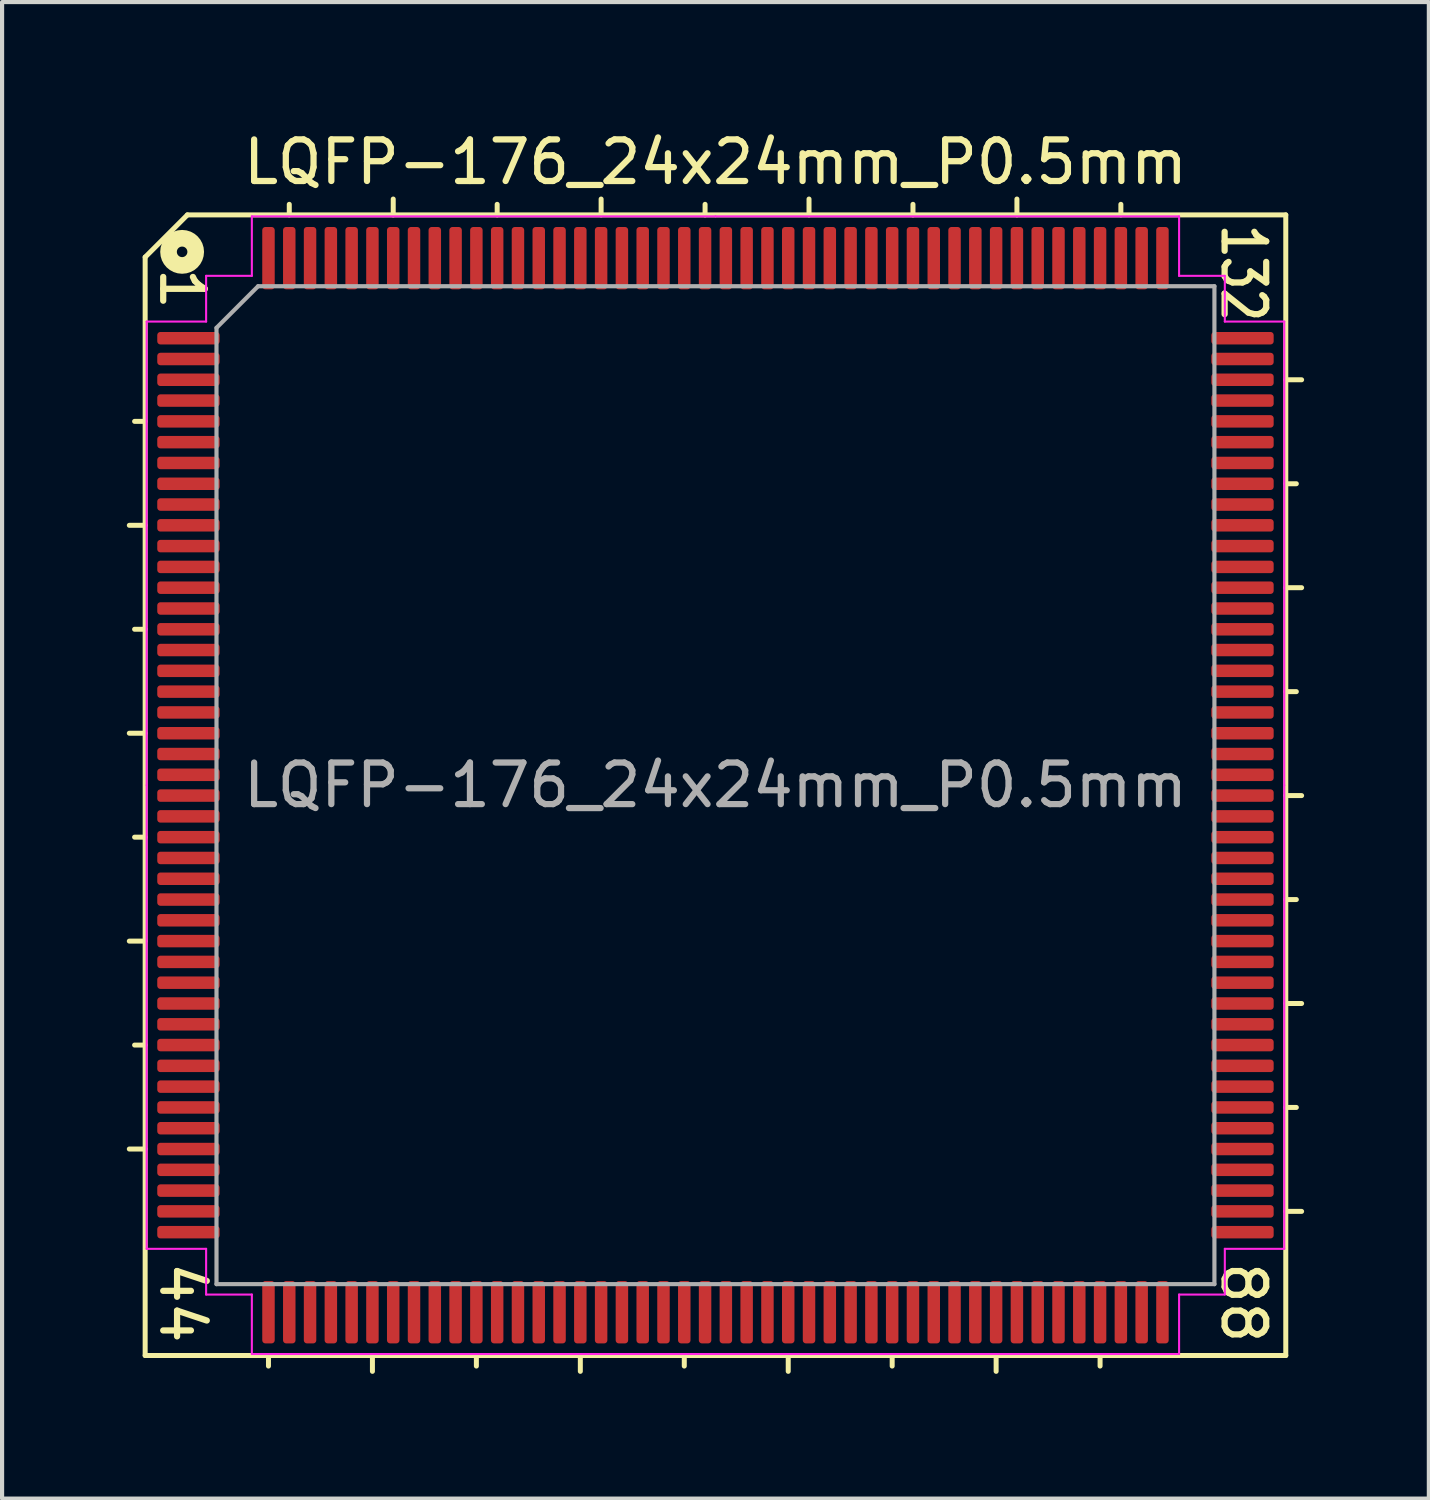
<source format=kicad_pcb>
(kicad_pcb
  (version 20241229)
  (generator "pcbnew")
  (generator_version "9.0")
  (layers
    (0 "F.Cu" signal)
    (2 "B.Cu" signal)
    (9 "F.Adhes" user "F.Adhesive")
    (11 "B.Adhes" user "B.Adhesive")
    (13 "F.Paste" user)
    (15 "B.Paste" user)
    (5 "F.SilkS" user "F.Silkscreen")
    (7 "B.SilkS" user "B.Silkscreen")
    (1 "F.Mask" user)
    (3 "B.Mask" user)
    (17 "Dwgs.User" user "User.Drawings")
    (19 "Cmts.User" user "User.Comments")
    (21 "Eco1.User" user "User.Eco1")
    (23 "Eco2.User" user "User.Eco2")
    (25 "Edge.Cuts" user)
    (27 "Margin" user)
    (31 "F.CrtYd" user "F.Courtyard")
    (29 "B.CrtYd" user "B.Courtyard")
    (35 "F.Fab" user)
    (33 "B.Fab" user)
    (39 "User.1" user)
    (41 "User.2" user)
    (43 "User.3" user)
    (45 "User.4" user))
  (footprint "LQFP-176_24x24mm_P0.5mm"
    (layer "F.Cu")
    (at 14.157 15.834)
    (property "Reference" "LQFP-176_24x24mm_P0.5mm" (at 0 -14.986 0) (layer "F.SilkS") (effects (font (size 1 1) (thickness 0.15))))
    (attr smd)
    (fp_line (start -13.716 -12.7) (end -13.716 13.716) (stroke (width 0.12) (type solid)) (layer "F.SilkS"))
    (fp_line (start -13.716 -8.75) (end -13.97 -8.75) (stroke (width 0.12) (type solid)) (layer "F.SilkS"))
    (fp_line (start -13.716 -6.25) (end -14.097 -6.25) (stroke (width 0.12) (type solid)) (layer "F.SilkS"))
    (fp_line (start -13.716 -3.75) (end -13.97 -3.75) (stroke (width 0.12) (type solid)) (layer "F.SilkS"))
    (fp_line (start -13.716 -1.25) (end -14.097 -1.25) (stroke (width 0.12) (type solid)) (layer "F.SilkS"))
    (fp_line (start -13.716 1.25) (end -13.97 1.25) (stroke (width 0.12) (type solid)) (layer "F.SilkS"))
    (fp_line (start -13.716 3.75) (end -14.097 3.75) (stroke (width 0.12) (type solid)) (layer "F.SilkS"))
    (fp_line (start -13.716 6.25) (end -13.97 6.25) (stroke (width 0.12) (type solid)) (layer "F.SilkS"))
    (fp_line (start -13.716 8.75) (end -14.097 8.75) (stroke (width 0.12) (type solid)) (layer "F.SilkS"))
    (fp_line (start -13.716 13.716) (end 13.716 13.716) (stroke (width 0.12) (type solid)) (layer "F.SilkS"))
    (fp_line (start -12.7 -13.716) (end -13.716 -12.7) (stroke (width 0.12) (type solid)) (layer "F.SilkS"))
    (fp_line (start -10.75 13.716) (end -10.75 13.97) (stroke (width 0.12) (type solid)) (layer "F.SilkS"))
    (fp_line (start -10.25 -13.716) (end -10.25 -13.97) (stroke (width 0.12) (type solid)) (layer "F.SilkS"))
    (fp_line (start -8.25 13.716) (end -8.25 14.097) (stroke (width 0.12) (type solid)) (layer "F.SilkS"))
    (fp_line (start -7.75 -13.716) (end -7.75 -14.097) (stroke (width 0.12) (type solid)) (layer "F.SilkS"))
    (fp_line (start -5.75 13.716) (end -5.75 13.97) (stroke (width 0.12) (type solid)) (layer "F.SilkS"))
    (fp_line (start -5.25 -13.716) (end -5.25 -13.97) (stroke (width 0.12) (type solid)) (layer "F.SilkS"))
    (fp_line (start -3.25 13.716) (end -3.25 14.097) (stroke (width 0.12) (type solid)) (layer "F.SilkS"))
    (fp_line (start -2.75 -13.716) (end -2.75 -14.097) (stroke (width 0.12) (type solid)) (layer "F.SilkS"))
    (fp_line (start -0.75 13.716) (end -0.75 13.97) (stroke (width 0.12) (type solid)) (layer "F.SilkS"))
    (fp_line (start -0.25 -13.716) (end -0.25 -13.97) (stroke (width 0.12) (type solid)) (layer "F.SilkS"))
    (fp_line (start 1.75 13.716) (end 1.75 14.097) (stroke (width 0.12) (type solid)) (layer "F.SilkS"))
    (fp_line (start 2.25 -13.716) (end 2.25 -14.097) (stroke (width 0.12) (type solid)) (layer "F.SilkS"))
    (fp_line (start 4.25 13.716) (end 4.25 13.97) (stroke (width 0.12) (type solid)) (layer "F.SilkS"))
    (fp_line (start 4.75 -13.716) (end 4.75 -13.97) (stroke (width 0.12) (type solid)) (layer "F.SilkS"))
    (fp_line (start 6.75 13.716) (end 6.75 14.097) (stroke (width 0.12) (type solid)) (layer "F.SilkS"))
    (fp_line (start 7.25 -13.716) (end 7.25 -14.097) (stroke (width 0.12) (type solid)) (layer "F.SilkS"))
    (fp_line (start 9.25 13.716) (end 9.25 13.97) (stroke (width 0.12) (type solid)) (layer "F.SilkS"))
    (fp_line (start 9.75 -13.716) (end 9.75 -13.97) (stroke (width 0.12) (type solid)) (layer "F.SilkS"))
    (fp_line (start 13.716 -13.716) (end -12.7 -13.716) (stroke (width 0.12) (type solid)) (layer "F.SilkS"))
    (fp_line (start 13.716 -9.75) (end 14.097 -9.75) (stroke (width 0.12) (type solid)) (layer "F.SilkS"))
    (fp_line (start 13.716 -7.25) (end 13.97 -7.25) (stroke (width 0.12) (type solid)) (layer "F.SilkS"))
    (fp_line (start 13.716 -4.75) (end 14.097 -4.75) (stroke (width 0.12) (type solid)) (layer "F.SilkS"))
    (fp_line (start 13.716 -2.25) (end 13.97 -2.25) (stroke (width 0.12) (type solid)) (layer "F.SilkS"))
    (fp_line (start 13.716 0.25) (end 14.097 0.25) (stroke (width 0.12) (type solid)) (layer "F.SilkS"))
    (fp_line (start 13.716 2.75) (end 13.97 2.75) (stroke (width 0.12) (type solid)) (layer "F.SilkS"))
    (fp_line (start 13.716 5.25) (end 14.097 5.25) (stroke (width 0.12) (type solid)) (layer "F.SilkS"))
    (fp_line (start 13.716 7.75) (end 13.97 7.75) (stroke (width 0.12) (type solid)) (layer "F.SilkS"))
    (fp_line (start 13.716 10.25) (end 14.097 10.25) (stroke (width 0.12) (type solid)) (layer "F.SilkS"))
    (fp_line (start 13.716 13.716) (end 13.716 -13.716) (stroke (width 0.12) (type solid)) (layer "F.SilkS"))
    (fp_circle (center -12.827 -12.827) (end -12.7 -12.827) (stroke (width 0.4) (type solid)) (fill no) (layer "F.SilkS"))
    (fp_line (start -13.68 -11.15) (end -13.68 0) (stroke (width 0.05) (type solid)) (layer "F.CrtYd"))
    (fp_line (start -13.68 11.15) (end -13.68 0) (stroke (width 0.05) (type solid)) (layer "F.CrtYd"))
    (fp_line (start -12.25 -12.25) (end -12.25 -11.15) (stroke (width 0.05) (type solid)) (layer "F.CrtYd"))
    (fp_line (start -12.25 -11.15) (end -13.68 -11.15) (stroke (width 0.05) (type solid)) (layer "F.CrtYd"))
    (fp_line (start -12.25 11.15) (end -13.68 11.15) (stroke (width 0.05) (type solid)) (layer "F.CrtYd"))
    (fp_line (start -12.25 12.25) (end -12.25 11.15) (stroke (width 0.05) (type solid)) (layer "F.CrtYd"))
    (fp_line (start -11.15 -13.68) (end -11.15 -12.25) (stroke (width 0.05) (type solid)) (layer "F.CrtYd"))
    (fp_line (start -11.15 -12.25) (end -12.25 -12.25) (stroke (width 0.05) (type solid)) (layer "F.CrtYd"))
    (fp_line (start -11.15 12.25) (end -12.25 12.25) (stroke (width 0.05) (type solid)) (layer "F.CrtYd"))
    (fp_line (start -11.15 13.68) (end -11.15 12.25) (stroke (width 0.05) (type solid)) (layer "F.CrtYd"))
    (fp_line (start 0 -13.68) (end -11.15 -13.68) (stroke (width 0.05) (type solid)) (layer "F.CrtYd"))
    (fp_line (start 0 -13.68) (end 11.15 -13.68) (stroke (width 0.05) (type solid)) (layer "F.CrtYd"))
    (fp_line (start 0 13.68) (end -11.15 13.68) (stroke (width 0.05) (type solid)) (layer "F.CrtYd"))
    (fp_line (start 0 13.68) (end 11.15 13.68) (stroke (width 0.05) (type solid)) (layer "F.CrtYd"))
    (fp_line (start 11.15 -13.68) (end 11.15 -12.25) (stroke (width 0.05) (type solid)) (layer "F.CrtYd"))
    (fp_line (start 11.15 -12.25) (end 12.25 -12.25) (stroke (width 0.05) (type solid)) (layer "F.CrtYd"))
    (fp_line (start 11.15 12.25) (end 12.25 12.25) (stroke (width 0.05) (type solid)) (layer "F.CrtYd"))
    (fp_line (start 11.15 13.68) (end 11.15 12.25) (stroke (width 0.05) (type solid)) (layer "F.CrtYd"))
    (fp_line (start 12.25 -12.25) (end 12.25 -11.15) (stroke (width 0.05) (type solid)) (layer "F.CrtYd"))
    (fp_line (start 12.25 -11.15) (end 13.68 -11.15) (stroke (width 0.05) (type solid)) (layer "F.CrtYd"))
    (fp_line (start 12.25 11.15) (end 13.68 11.15) (stroke (width 0.05) (type solid)) (layer "F.CrtYd"))
    (fp_line (start 12.25 12.25) (end 12.25 11.15) (stroke (width 0.05) (type solid)) (layer "F.CrtYd"))
    (fp_line (start 13.68 -11.15) (end 13.68 0) (stroke (width 0.05) (type solid)) (layer "F.CrtYd"))
    (fp_line (start 13.68 11.15) (end 13.68 0) (stroke (width 0.05) (type solid)) (layer "F.CrtYd"))
    (fp_line (start -12 -11) (end -11 -12) (stroke (width 0.1) (type solid)) (layer "F.Fab"))
    (fp_line (start -12 12) (end -12 -11) (stroke (width 0.1) (type solid)) (layer "F.Fab"))
    (fp_line (start -11 -12) (end 12 -12) (stroke (width 0.1) (type solid)) (layer "F.Fab"))
    (fp_line (start 12 -12) (end 12 12) (stroke (width 0.1) (type solid)) (layer "F.Fab"))
    (fp_line (start 12 12) (end -12 12) (stroke (width 0.1) (type solid)) (layer "F.Fab"))
    (fp_text user "44" (at -12.827 12.446 270) (unlocked yes) (layer "F.SilkS") (effects (font (size 1 1) (thickness 0.15))))
    (fp_text user "132" (at 12.7 -12.319 270) (unlocked yes) (layer "F.SilkS") (effects (font (size 1 0.8) (thickness 0.15))))
    (fp_text user "1" (at -12.827 -11.938 270) (unlocked yes) (layer "F.SilkS") (effects (font (size 1 1) (thickness 0.15))))
    (fp_text user "88" (at 12.7 12.446 270) (unlocked yes) (layer "F.SilkS") (effects (font (size 1 1) (thickness 0.15))))
    (fp_text user "${REFERENCE}" (at 0 0 0) (layer "F.Fab") (effects (font (size 1 1) (thickness 0.15))))
    (pad "1" smd roundrect (at -12.675 -10.75) (size 1.5 0.3) (layers "F.Cu" "F.Mask" "F.Paste") (roundrect_rratio 0.25))
    (pad "2" smd roundrect (at -12.675 -10.25) (size 1.5 0.3) (layers "F.Cu" "F.Mask" "F.Paste") (roundrect_rratio 0.25))
    (pad "3" smd roundrect (at -12.675 -9.75) (size 1.5 0.3) (layers "F.Cu" "F.Mask" "F.Paste") (roundrect_rratio 0.25))
    (pad "4" smd roundrect (at -12.675 -9.25) (size 1.5 0.3) (layers "F.Cu" "F.Mask" "F.Paste") (roundrect_rratio 0.25))
    (pad "5" smd roundrect (at -12.675 -8.75) (size 1.5 0.3) (layers "F.Cu" "F.Mask" "F.Paste") (roundrect_rratio 0.25))
    (pad "6" smd roundrect (at -12.675 -8.25) (size 1.5 0.3) (layers "F.Cu" "F.Mask" "F.Paste") (roundrect_rratio 0.25))
    (pad "7" smd roundrect (at -12.675 -7.75) (size 1.5 0.3) (layers "F.Cu" "F.Mask" "F.Paste") (roundrect_rratio 0.25))
    (pad "8" smd roundrect (at -12.675 -7.25) (size 1.5 0.3) (layers "F.Cu" "F.Mask" "F.Paste") (roundrect_rratio 0.25))
    (pad "9" smd roundrect (at -12.675 -6.75) (size 1.5 0.3) (layers "F.Cu" "F.Mask" "F.Paste") (roundrect_rratio 0.25))
    (pad "10" smd roundrect (at -12.675 -6.25) (size 1.5 0.3) (layers "F.Cu" "F.Mask" "F.Paste") (roundrect_rratio 0.25))
    (pad "11" smd roundrect (at -12.675 -5.75) (size 1.5 0.3) (layers "F.Cu" "F.Mask" "F.Paste") (roundrect_rratio 0.25))
    (pad "12" smd roundrect (at -12.675 -5.25) (size 1.5 0.3) (layers "F.Cu" "F.Mask" "F.Paste") (roundrect_rratio 0.25))
    (pad "13" smd roundrect (at -12.675 -4.75) (size 1.5 0.3) (layers "F.Cu" "F.Mask" "F.Paste") (roundrect_rratio 0.25))
    (pad "14" smd roundrect (at -12.675 -4.25) (size 1.5 0.3) (layers "F.Cu" "F.Mask" "F.Paste") (roundrect_rratio 0.25))
    (pad "15" smd roundrect (at -12.675 -3.75) (size 1.5 0.3) (layers "F.Cu" "F.Mask" "F.Paste") (roundrect_rratio 0.25))
    (pad "16" smd roundrect (at -12.675 -3.25) (size 1.5 0.3) (layers "F.Cu" "F.Mask" "F.Paste") (roundrect_rratio 0.25))
    (pad "17" smd roundrect (at -12.675 -2.75) (size 1.5 0.3) (layers "F.Cu" "F.Mask" "F.Paste") (roundrect_rratio 0.25))
    (pad "18" smd roundrect (at -12.675 -2.25) (size 1.5 0.3) (layers "F.Cu" "F.Mask" "F.Paste") (roundrect_rratio 0.25))
    (pad "19" smd roundrect (at -12.675 -1.75) (size 1.5 0.3) (layers "F.Cu" "F.Mask" "F.Paste") (roundrect_rratio 0.25))
    (pad "20" smd roundrect (at -12.675 -1.25) (size 1.5 0.3) (layers "F.Cu" "F.Mask" "F.Paste") (roundrect_rratio 0.25))
    (pad "21" smd roundrect (at -12.675 -0.75) (size 1.5 0.3) (layers "F.Cu" "F.Mask" "F.Paste") (roundrect_rratio 0.25))
    (pad "22" smd roundrect (at -12.675 -0.25) (size 1.5 0.3) (layers "F.Cu" "F.Mask" "F.Paste") (roundrect_rratio 0.25))
    (pad "23" smd roundrect (at -12.675 0.25) (size 1.5 0.3) (layers "F.Cu" "F.Mask" "F.Paste") (roundrect_rratio 0.25))
    (pad "24" smd roundrect (at -12.675 0.75) (size 1.5 0.3) (layers "F.Cu" "F.Mask" "F.Paste") (roundrect_rratio 0.25))
    (pad "25" smd roundrect (at -12.675 1.25) (size 1.5 0.3) (layers "F.Cu" "F.Mask" "F.Paste") (roundrect_rratio 0.25))
    (pad "26" smd roundrect (at -12.675 1.75) (size 1.5 0.3) (layers "F.Cu" "F.Mask" "F.Paste") (roundrect_rratio 0.25))
    (pad "27" smd roundrect (at -12.675 2.25) (size 1.5 0.3) (layers "F.Cu" "F.Mask" "F.Paste") (roundrect_rratio 0.25))
    (pad "28" smd roundrect (at -12.675 2.75) (size 1.5 0.3) (layers "F.Cu" "F.Mask" "F.Paste") (roundrect_rratio 0.25))
    (pad "29" smd roundrect (at -12.675 3.25) (size 1.5 0.3) (layers "F.Cu" "F.Mask" "F.Paste") (roundrect_rratio 0.25))
    (pad "30" smd roundrect (at -12.675 3.75) (size 1.5 0.3) (layers "F.Cu" "F.Mask" "F.Paste") (roundrect_rratio 0.25))
    (pad "31" smd roundrect (at -12.675 4.25) (size 1.5 0.3) (layers "F.Cu" "F.Mask" "F.Paste") (roundrect_rratio 0.25))
    (pad "32" smd roundrect (at -12.675 4.75) (size 1.5 0.3) (layers "F.Cu" "F.Mask" "F.Paste") (roundrect_rratio 0.25))
    (pad "33" smd roundrect (at -12.675 5.25) (size 1.5 0.3) (layers "F.Cu" "F.Mask" "F.Paste") (roundrect_rratio 0.25))
    (pad "34" smd roundrect (at -12.675 5.75) (size 1.5 0.3) (layers "F.Cu" "F.Mask" "F.Paste") (roundrect_rratio 0.25))
    (pad "35" smd roundrect (at -12.675 6.25) (size 1.5 0.3) (layers "F.Cu" "F.Mask" "F.Paste") (roundrect_rratio 0.25))
    (pad "36" smd roundrect (at -12.675 6.75) (size 1.5 0.3) (layers "F.Cu" "F.Mask" "F.Paste") (roundrect_rratio 0.25))
    (pad "37" smd roundrect (at -12.675 7.25) (size 1.5 0.3) (layers "F.Cu" "F.Mask" "F.Paste") (roundrect_rratio 0.25))
    (pad "38" smd roundrect (at -12.675 7.75) (size 1.5 0.3) (layers "F.Cu" "F.Mask" "F.Paste") (roundrect_rratio 0.25))
    (pad "39" smd roundrect (at -12.675 8.25) (size 1.5 0.3) (layers "F.Cu" "F.Mask" "F.Paste") (roundrect_rratio 0.25))
    (pad "40" smd roundrect (at -12.675 8.75) (size 1.5 0.3) (layers "F.Cu" "F.Mask" "F.Paste") (roundrect_rratio 0.25))
    (pad "41" smd roundrect (at -12.675 9.25) (size 1.5 0.3) (layers "F.Cu" "F.Mask" "F.Paste") (roundrect_rratio 0.25))
    (pad "42" smd roundrect (at -12.675 9.75) (size 1.5 0.3) (layers "F.Cu" "F.Mask" "F.Paste") (roundrect_rratio 0.25))
    (pad "43" smd roundrect (at -12.675 10.25) (size 1.5 0.3) (layers "F.Cu" "F.Mask" "F.Paste") (roundrect_rratio 0.25))
    (pad "44" smd roundrect (at -12.675 10.75) (size 1.5 0.3) (layers "F.Cu" "F.Mask" "F.Paste") (roundrect_rratio 0.25))
    (pad "45" smd roundrect (at -10.75 12.675) (size 0.3 1.5) (layers "F.Cu" "F.Mask" "F.Paste") (roundrect_rratio 0.25))
    (pad "46" smd roundrect (at -10.25 12.675) (size 0.3 1.5) (layers "F.Cu" "F.Mask" "F.Paste") (roundrect_rratio 0.25))
    (pad "47" smd roundrect (at -9.75 12.675) (size 0.3 1.5) (layers "F.Cu" "F.Mask" "F.Paste") (roundrect_rratio 0.25))
    (pad "48" smd roundrect (at -9.25 12.675) (size 0.3 1.5) (layers "F.Cu" "F.Mask" "F.Paste") (roundrect_rratio 0.25))
    (pad "49" smd roundrect (at -8.75 12.675) (size 0.3 1.5) (layers "F.Cu" "F.Mask" "F.Paste") (roundrect_rratio 0.25))
    (pad "50" smd roundrect (at -8.25 12.675) (size 0.3 1.5) (layers "F.Cu" "F.Mask" "F.Paste") (roundrect_rratio 0.25))
    (pad "51" smd roundrect (at -7.75 12.675) (size 0.3 1.5) (layers "F.Cu" "F.Mask" "F.Paste") (roundrect_rratio 0.25))
    (pad "52" smd roundrect (at -7.25 12.675) (size 0.3 1.5) (layers "F.Cu" "F.Mask" "F.Paste") (roundrect_rratio 0.25))
    (pad "53" smd roundrect (at -6.75 12.675) (size 0.3 1.5) (layers "F.Cu" "F.Mask" "F.Paste") (roundrect_rratio 0.25))
    (pad "54" smd roundrect (at -6.25 12.675) (size 0.3 1.5) (layers "F.Cu" "F.Mask" "F.Paste") (roundrect_rratio 0.25))
    (pad "55" smd roundrect (at -5.75 12.675) (size 0.3 1.5) (layers "F.Cu" "F.Mask" "F.Paste") (roundrect_rratio 0.25))
    (pad "56" smd roundrect (at -5.25 12.675) (size 0.3 1.5) (layers "F.Cu" "F.Mask" "F.Paste") (roundrect_rratio 0.25))
    (pad "57" smd roundrect (at -4.75 12.675) (size 0.3 1.5) (layers "F.Cu" "F.Mask" "F.Paste") (roundrect_rratio 0.25))
    (pad "58" smd roundrect (at -4.25 12.675) (size 0.3 1.5) (layers "F.Cu" "F.Mask" "F.Paste") (roundrect_rratio 0.25))
    (pad "59" smd roundrect (at -3.75 12.675) (size 0.3 1.5) (layers "F.Cu" "F.Mask" "F.Paste") (roundrect_rratio 0.25))
    (pad "60" smd roundrect (at -3.25 12.675) (size 0.3 1.5) (layers "F.Cu" "F.Mask" "F.Paste") (roundrect_rratio 0.25))
    (pad "61" smd roundrect (at -2.75 12.675) (size 0.3 1.5) (layers "F.Cu" "F.Mask" "F.Paste") (roundrect_rratio 0.25))
    (pad "62" smd roundrect (at -2.25 12.675) (size 0.3 1.5) (layers "F.Cu" "F.Mask" "F.Paste") (roundrect_rratio 0.25))
    (pad "63" smd roundrect (at -1.75 12.675) (size 0.3 1.5) (layers "F.Cu" "F.Mask" "F.Paste") (roundrect_rratio 0.25))
    (pad "64" smd roundrect (at -1.25 12.675) (size 0.3 1.5) (layers "F.Cu" "F.Mask" "F.Paste") (roundrect_rratio 0.25))
    (pad "65" smd roundrect (at -0.75 12.675) (size 0.3 1.5) (layers "F.Cu" "F.Mask" "F.Paste") (roundrect_rratio 0.25))
    (pad "66" smd roundrect (at -0.25 12.675) (size 0.3 1.5) (layers "F.Cu" "F.Mask" "F.Paste") (roundrect_rratio 0.25))
    (pad "67" smd roundrect (at 0.25 12.675) (size 0.3 1.5) (layers "F.Cu" "F.Mask" "F.Paste") (roundrect_rratio 0.25))
    (pad "68" smd roundrect (at 0.75 12.675) (size 0.3 1.5) (layers "F.Cu" "F.Mask" "F.Paste") (roundrect_rratio 0.25))
    (pad "69" smd roundrect (at 1.25 12.675) (size 0.3 1.5) (layers "F.Cu" "F.Mask" "F.Paste") (roundrect_rratio 0.25))
    (pad "70" smd roundrect (at 1.75 12.675) (size 0.3 1.5) (layers "F.Cu" "F.Mask" "F.Paste") (roundrect_rratio 0.25))
    (pad "71" smd roundrect (at 2.25 12.675) (size 0.3 1.5) (layers "F.Cu" "F.Mask" "F.Paste") (roundrect_rratio 0.25))
    (pad "72" smd roundrect (at 2.75 12.675) (size 0.3 1.5) (layers "F.Cu" "F.Mask" "F.Paste") (roundrect_rratio 0.25))
    (pad "73" smd roundrect (at 3.25 12.675) (size 0.3 1.5) (layers "F.Cu" "F.Mask" "F.Paste") (roundrect_rratio 0.25))
    (pad "74" smd roundrect (at 3.75 12.675) (size 0.3 1.5) (layers "F.Cu" "F.Mask" "F.Paste") (roundrect_rratio 0.25))
    (pad "75" smd roundrect (at 4.25 12.675) (size 0.3 1.5) (layers "F.Cu" "F.Mask" "F.Paste") (roundrect_rratio 0.25))
    (pad "76" smd roundrect (at 4.75 12.675) (size 0.3 1.5) (layers "F.Cu" "F.Mask" "F.Paste") (roundrect_rratio 0.25))
    (pad "77" smd roundrect (at 5.25 12.675) (size 0.3 1.5) (layers "F.Cu" "F.Mask" "F.Paste") (roundrect_rratio 0.25))
    (pad "78" smd roundrect (at 5.75 12.675) (size 0.3 1.5) (layers "F.Cu" "F.Mask" "F.Paste") (roundrect_rratio 0.25))
    (pad "79" smd roundrect (at 6.25 12.675) (size 0.3 1.5) (layers "F.Cu" "F.Mask" "F.Paste") (roundrect_rratio 0.25))
    (pad "80" smd roundrect (at 6.75 12.675) (size 0.3 1.5) (layers "F.Cu" "F.Mask" "F.Paste") (roundrect_rratio 0.25))
    (pad "81" smd roundrect (at 7.25 12.675) (size 0.3 1.5) (layers "F.Cu" "F.Mask" "F.Paste") (roundrect_rratio 0.25))
    (pad "82" smd roundrect (at 7.75 12.675) (size 0.3 1.5) (layers "F.Cu" "F.Mask" "F.Paste") (roundrect_rratio 0.25))
    (pad "83" smd roundrect (at 8.25 12.675) (size 0.3 1.5) (layers "F.Cu" "F.Mask" "F.Paste") (roundrect_rratio 0.25))
    (pad "84" smd roundrect (at 8.75 12.675) (size 0.3 1.5) (layers "F.Cu" "F.Mask" "F.Paste") (roundrect_rratio 0.25))
    (pad "85" smd roundrect (at 9.25 12.675) (size 0.3 1.5) (layers "F.Cu" "F.Mask" "F.Paste") (roundrect_rratio 0.25))
    (pad "86" smd roundrect (at 9.75 12.675) (size 0.3 1.5) (layers "F.Cu" "F.Mask" "F.Paste") (roundrect_rratio 0.25))
    (pad "87" smd roundrect (at 10.25 12.675) (size 0.3 1.5) (layers "F.Cu" "F.Mask" "F.Paste") (roundrect_rratio 0.25))
    (pad "88" smd roundrect (at 10.75 12.675) (size 0.3 1.5) (layers "F.Cu" "F.Mask" "F.Paste") (roundrect_rratio 0.25))
    (pad "89" smd roundrect (at 12.675 10.75) (size 1.5 0.3) (layers "F.Cu" "F.Mask" "F.Paste") (roundrect_rratio 0.25))
    (pad "90" smd roundrect (at 12.675 10.25) (size 1.5 0.3) (layers "F.Cu" "F.Mask" "F.Paste") (roundrect_rratio 0.25))
    (pad "91" smd roundrect (at 12.675 9.75) (size 1.5 0.3) (layers "F.Cu" "F.Mask" "F.Paste") (roundrect_rratio 0.25))
    (pad "92" smd roundrect (at 12.675 9.25) (size 1.5 0.3) (layers "F.Cu" "F.Mask" "F.Paste") (roundrect_rratio 0.25))
    (pad "93" smd roundrect (at 12.675 8.75) (size 1.5 0.3) (layers "F.Cu" "F.Mask" "F.Paste") (roundrect_rratio 0.25))
    (pad "94" smd roundrect (at 12.675 8.25) (size 1.5 0.3) (layers "F.Cu" "F.Mask" "F.Paste") (roundrect_rratio 0.25))
    (pad "95" smd roundrect (at 12.675 7.75) (size 1.5 0.3) (layers "F.Cu" "F.Mask" "F.Paste") (roundrect_rratio 0.25))
    (pad "96" smd roundrect (at 12.675 7.25) (size 1.5 0.3) (layers "F.Cu" "F.Mask" "F.Paste") (roundrect_rratio 0.25))
    (pad "97" smd roundrect (at 12.675 6.75) (size 1.5 0.3) (layers "F.Cu" "F.Mask" "F.Paste") (roundrect_rratio 0.25))
    (pad "98" smd roundrect (at 12.675 6.25) (size 1.5 0.3) (layers "F.Cu" "F.Mask" "F.Paste") (roundrect_rratio 0.25))
    (pad "99" smd roundrect (at 12.675 5.75) (size 1.5 0.3) (layers "F.Cu" "F.Mask" "F.Paste") (roundrect_rratio 0.25))
    (pad "100" smd roundrect (at 12.675 5.25) (size 1.5 0.3) (layers "F.Cu" "F.Mask" "F.Paste") (roundrect_rratio 0.25))
    (pad "101" smd roundrect (at 12.675 4.75) (size 1.5 0.3) (layers "F.Cu" "F.Mask" "F.Paste") (roundrect_rratio 0.25))
    (pad "102" smd roundrect (at 12.675 4.25) (size 1.5 0.3) (layers "F.Cu" "F.Mask" "F.Paste") (roundrect_rratio 0.25))
    (pad "103" smd roundrect (at 12.675 3.75) (size 1.5 0.3) (layers "F.Cu" "F.Mask" "F.Paste") (roundrect_rratio 0.25))
    (pad "104" smd roundrect (at 12.675 3.25) (size 1.5 0.3) (layers "F.Cu" "F.Mask" "F.Paste") (roundrect_rratio 0.25))
    (pad "105" smd roundrect (at 12.675 2.75) (size 1.5 0.3) (layers "F.Cu" "F.Mask" "F.Paste") (roundrect_rratio 0.25))
    (pad "106" smd roundrect (at 12.675 2.25) (size 1.5 0.3) (layers "F.Cu" "F.Mask" "F.Paste") (roundrect_rratio 0.25))
    (pad "107" smd roundrect (at 12.675 1.75) (size 1.5 0.3) (layers "F.Cu" "F.Mask" "F.Paste") (roundrect_rratio 0.25))
    (pad "108" smd roundrect (at 12.675 1.25) (size 1.5 0.3) (layers "F.Cu" "F.Mask" "F.Paste") (roundrect_rratio 0.25))
    (pad "109" smd roundrect (at 12.675 0.75) (size 1.5 0.3) (layers "F.Cu" "F.Mask" "F.Paste") (roundrect_rratio 0.25))
    (pad "110" smd roundrect (at 12.675 0.25) (size 1.5 0.3) (layers "F.Cu" "F.Mask" "F.Paste") (roundrect_rratio 0.25))
    (pad "111" smd roundrect (at 12.675 -0.25) (size 1.5 0.3) (layers "F.Cu" "F.Mask" "F.Paste") (roundrect_rratio 0.25))
    (pad "112" smd roundrect (at 12.675 -0.75) (size 1.5 0.3) (layers "F.Cu" "F.Mask" "F.Paste") (roundrect_rratio 0.25))
    (pad "113" smd roundrect (at 12.675 -1.25) (size 1.5 0.3) (layers "F.Cu" "F.Mask" "F.Paste") (roundrect_rratio 0.25))
    (pad "114" smd roundrect (at 12.675 -1.75) (size 1.5 0.3) (layers "F.Cu" "F.Mask" "F.Paste") (roundrect_rratio 0.25))
    (pad "115" smd roundrect (at 12.675 -2.25) (size 1.5 0.3) (layers "F.Cu" "F.Mask" "F.Paste") (roundrect_rratio 0.25))
    (pad "116" smd roundrect (at 12.675 -2.75) (size 1.5 0.3) (layers "F.Cu" "F.Mask" "F.Paste") (roundrect_rratio 0.25))
    (pad "117" smd roundrect (at 12.675 -3.25) (size 1.5 0.3) (layers "F.Cu" "F.Mask" "F.Paste") (roundrect_rratio 0.25))
    (pad "118" smd roundrect (at 12.675 -3.75) (size 1.5 0.3) (layers "F.Cu" "F.Mask" "F.Paste") (roundrect_rratio 0.25))
    (pad "119" smd roundrect (at 12.675 -4.25) (size 1.5 0.3) (layers "F.Cu" "F.Mask" "F.Paste") (roundrect_rratio 0.25))
    (pad "120" smd roundrect (at 12.675 -4.75) (size 1.5 0.3) (layers "F.Cu" "F.Mask" "F.Paste") (roundrect_rratio 0.25))
    (pad "121" smd roundrect (at 12.675 -5.25) (size 1.5 0.3) (layers "F.Cu" "F.Mask" "F.Paste") (roundrect_rratio 0.25))
    (pad "122" smd roundrect (at 12.675 -5.75) (size 1.5 0.3) (layers "F.Cu" "F.Mask" "F.Paste") (roundrect_rratio 0.25))
    (pad "123" smd roundrect (at 12.675 -6.25) (size 1.5 0.3) (layers "F.Cu" "F.Mask" "F.Paste") (roundrect_rratio 0.25))
    (pad "124" smd roundrect (at 12.675 -6.75) (size 1.5 0.3) (layers "F.Cu" "F.Mask" "F.Paste") (roundrect_rratio 0.25))
    (pad "125" smd roundrect (at 12.675 -7.25) (size 1.5 0.3) (layers "F.Cu" "F.Mask" "F.Paste") (roundrect_rratio 0.25))
    (pad "126" smd roundrect (at 12.675 -7.75) (size 1.5 0.3) (layers "F.Cu" "F.Mask" "F.Paste") (roundrect_rratio 0.25))
    (pad "127" smd roundrect (at 12.675 -8.25) (size 1.5 0.3) (layers "F.Cu" "F.Mask" "F.Paste") (roundrect_rratio 0.25))
    (pad "128" smd roundrect (at 12.675 -8.75) (size 1.5 0.3) (layers "F.Cu" "F.Mask" "F.Paste") (roundrect_rratio 0.25))
    (pad "129" smd roundrect (at 12.675 -9.25) (size 1.5 0.3) (layers "F.Cu" "F.Mask" "F.Paste") (roundrect_rratio 0.25))
    (pad "130" smd roundrect (at 12.675 -9.75) (size 1.5 0.3) (layers "F.Cu" "F.Mask" "F.Paste") (roundrect_rratio 0.25))
    (pad "131" smd roundrect (at 12.675 -10.25) (size 1.5 0.3) (layers "F.Cu" "F.Mask" "F.Paste") (roundrect_rratio 0.25))
    (pad "132" smd roundrect (at 12.675 -10.75) (size 1.5 0.3) (layers "F.Cu" "F.Mask" "F.Paste") (roundrect_rratio 0.25))
    (pad "133" smd roundrect (at 10.75 -12.675) (size 0.3 1.5) (layers "F.Cu" "F.Mask" "F.Paste") (roundrect_rratio 0.25))
    (pad "134" smd roundrect (at 10.25 -12.675) (size 0.3 1.5) (layers "F.Cu" "F.Mask" "F.Paste") (roundrect_rratio 0.25))
    (pad "135" smd roundrect (at 9.75 -12.675) (size 0.3 1.5) (layers "F.Cu" "F.Mask" "F.Paste") (roundrect_rratio 0.25))
    (pad "136" smd roundrect (at 9.25 -12.675) (size 0.3 1.5) (layers "F.Cu" "F.Mask" "F.Paste") (roundrect_rratio 0.25))
    (pad "137" smd roundrect (at 8.75 -12.675) (size 0.3 1.5) (layers "F.Cu" "F.Mask" "F.Paste") (roundrect_rratio 0.25))
    (pad "138" smd roundrect (at 8.25 -12.675) (size 0.3 1.5) (layers "F.Cu" "F.Mask" "F.Paste") (roundrect_rratio 0.25))
    (pad "139" smd roundrect (at 7.75 -12.675) (size 0.3 1.5) (layers "F.Cu" "F.Mask" "F.Paste") (roundrect_rratio 0.25))
    (pad "140" smd roundrect (at 7.25 -12.675) (size 0.3 1.5) (layers "F.Cu" "F.Mask" "F.Paste") (roundrect_rratio 0.25))
    (pad "141" smd roundrect (at 6.75 -12.675) (size 0.3 1.5) (layers "F.Cu" "F.Mask" "F.Paste") (roundrect_rratio 0.25))
    (pad "142" smd roundrect (at 6.25 -12.675) (size 0.3 1.5) (layers "F.Cu" "F.Mask" "F.Paste") (roundrect_rratio 0.25))
    (pad "143" smd roundrect (at 5.75 -12.675) (size 0.3 1.5) (layers "F.Cu" "F.Mask" "F.Paste") (roundrect_rratio 0.25))
    (pad "144" smd roundrect (at 5.25 -12.675) (size 0.3 1.5) (layers "F.Cu" "F.Mask" "F.Paste") (roundrect_rratio 0.25))
    (pad "145" smd roundrect (at 4.75 -12.675) (size 0.3 1.5) (layers "F.Cu" "F.Mask" "F.Paste") (roundrect_rratio 0.25))
    (pad "146" smd roundrect (at 4.25 -12.675) (size 0.3 1.5) (layers "F.Cu" "F.Mask" "F.Paste") (roundrect_rratio 0.25))
    (pad "147" smd roundrect (at 3.75 -12.675) (size 0.3 1.5) (layers "F.Cu" "F.Mask" "F.Paste") (roundrect_rratio 0.25))
    (pad "148" smd roundrect (at 3.25 -12.675) (size 0.3 1.5) (layers "F.Cu" "F.Mask" "F.Paste") (roundrect_rratio 0.25))
    (pad "149" smd roundrect (at 2.75 -12.675) (size 0.3 1.5) (layers "F.Cu" "F.Mask" "F.Paste") (roundrect_rratio 0.25))
    (pad "150" smd roundrect (at 2.25 -12.675) (size 0.3 1.5) (layers "F.Cu" "F.Mask" "F.Paste") (roundrect_rratio 0.25))
    (pad "151" smd roundrect (at 1.75 -12.675) (size 0.3 1.5) (layers "F.Cu" "F.Mask" "F.Paste") (roundrect_rratio 0.25))
    (pad "152" smd roundrect (at 1.25 -12.675) (size 0.3 1.5) (layers "F.Cu" "F.Mask" "F.Paste") (roundrect_rratio 0.25))
    (pad "153" smd roundrect (at 0.75 -12.675) (size 0.3 1.5) (layers "F.Cu" "F.Mask" "F.Paste") (roundrect_rratio 0.25))
    (pad "154" smd roundrect (at 0.25 -12.675) (size 0.3 1.5) (layers "F.Cu" "F.Mask" "F.Paste") (roundrect_rratio 0.25))
    (pad "155" smd roundrect (at -0.25 -12.675) (size 0.3 1.5) (layers "F.Cu" "F.Mask" "F.Paste") (roundrect_rratio 0.25))
    (pad "156" smd roundrect (at -0.75 -12.675) (size 0.3 1.5) (layers "F.Cu" "F.Mask" "F.Paste") (roundrect_rratio 0.25))
    (pad "157" smd roundrect (at -1.25 -12.675) (size 0.3 1.5) (layers "F.Cu" "F.Mask" "F.Paste") (roundrect_rratio 0.25))
    (pad "158" smd roundrect (at -1.75 -12.675) (size 0.3 1.5) (layers "F.Cu" "F.Mask" "F.Paste") (roundrect_rratio 0.25))
    (pad "159" smd roundrect (at -2.25 -12.675) (size 0.3 1.5) (layers "F.Cu" "F.Mask" "F.Paste") (roundrect_rratio 0.25))
    (pad "160" smd roundrect (at -2.75 -12.675) (size 0.3 1.5) (layers "F.Cu" "F.Mask" "F.Paste") (roundrect_rratio 0.25))
    (pad "161" smd roundrect (at -3.25 -12.675) (size 0.3 1.5) (layers "F.Cu" "F.Mask" "F.Paste") (roundrect_rratio 0.25))
    (pad "162" smd roundrect (at -3.75 -12.675) (size 0.3 1.5) (layers "F.Cu" "F.Mask" "F.Paste") (roundrect_rratio 0.25))
    (pad "163" smd roundrect (at -4.25 -12.675) (size 0.3 1.5) (layers "F.Cu" "F.Mask" "F.Paste") (roundrect_rratio 0.25))
    (pad "164" smd roundrect (at -4.75 -12.675) (size 0.3 1.5) (layers "F.Cu" "F.Mask" "F.Paste") (roundrect_rratio 0.25))
    (pad "165" smd roundrect (at -5.25 -12.675) (size 0.3 1.5) (layers "F.Cu" "F.Mask" "F.Paste") (roundrect_rratio 0.25))
    (pad "166" smd roundrect (at -5.75 -12.675) (size 0.3 1.5) (layers "F.Cu" "F.Mask" "F.Paste") (roundrect_rratio 0.25))
    (pad "167" smd roundrect (at -6.25 -12.675) (size 0.3 1.5) (layers "F.Cu" "F.Mask" "F.Paste") (roundrect_rratio 0.25))
    (pad "168" smd roundrect (at -6.75 -12.675) (size 0.3 1.5) (layers "F.Cu" "F.Mask" "F.Paste") (roundrect_rratio 0.25))
    (pad "169" smd roundrect (at -7.25 -12.675) (size 0.3 1.5) (layers "F.Cu" "F.Mask" "F.Paste") (roundrect_rratio 0.25))
    (pad "170" smd roundrect (at -7.75 -12.675) (size 0.3 1.5) (layers "F.Cu" "F.Mask" "F.Paste") (roundrect_rratio 0.25))
    (pad "171" smd roundrect (at -8.25 -12.675) (size 0.3 1.5) (layers "F.Cu" "F.Mask" "F.Paste") (roundrect_rratio 0.25))
    (pad "172" smd roundrect (at -8.75 -12.675) (size 0.3 1.5) (layers "F.Cu" "F.Mask" "F.Paste") (roundrect_rratio 0.25))
    (pad "173" smd roundrect (at -9.25 -12.675) (size 0.3 1.5) (layers "F.Cu" "F.Mask" "F.Paste") (roundrect_rratio 0.25))
    (pad "174" smd roundrect (at -9.75 -12.675) (size 0.3 1.5) (layers "F.Cu" "F.Mask" "F.Paste") (roundrect_rratio 0.25))
    (pad "175" smd roundrect (at -10.25 -12.675) (size 0.3 1.5) (layers "F.Cu" "F.Mask" "F.Paste") (roundrect_rratio 0.25))
    (pad "176" smd roundrect (at -10.75 -12.675) (size 0.3 1.5) (layers "F.Cu" "F.Mask" "F.Paste") (roundrect_rratio 0.25)))
  (gr_rect
    (start -3 -3)
    (end 31.314 32.991)
    (stroke (width 0.1) (type default))
    (fill no)
    (layer "Edge.Cuts")))
</source>
